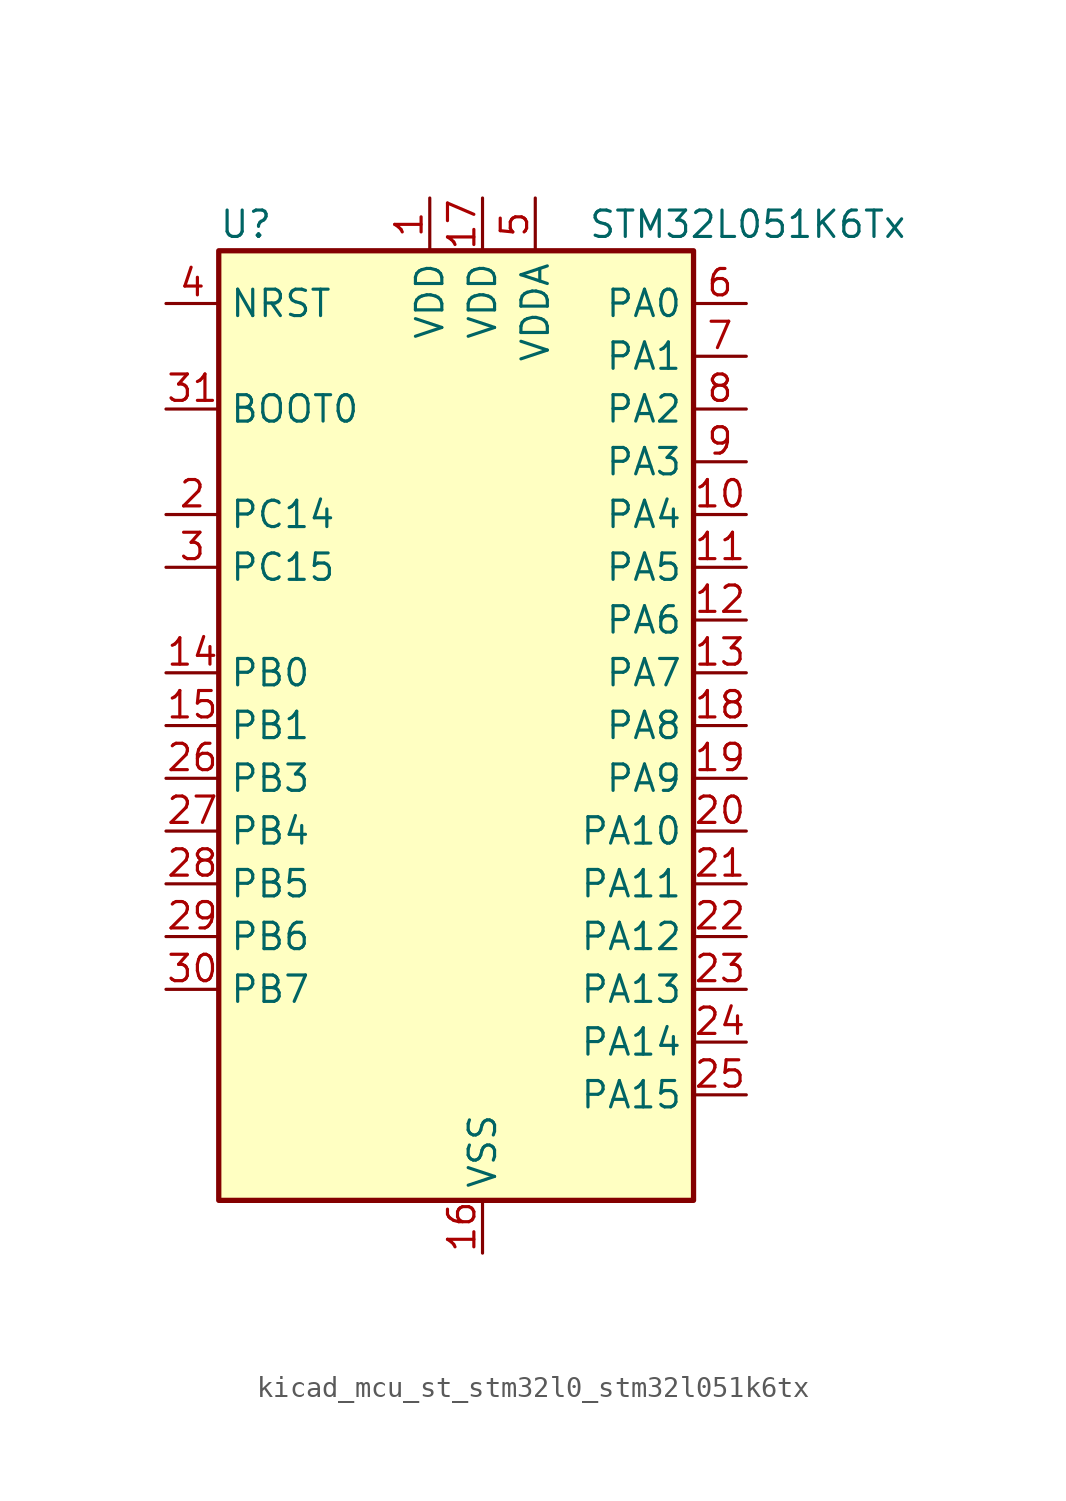
<source format=kicad_sym>
(kicad_symbol_lib
  (version 20220914)
  (generator kicad_symbol_editor)
  (symbol "kicad_mcu_st_stm32l0_stm32l051k6tx"
    (property "Reference" "U"
      (at -10.16 24.13 0)
      (effects (font (size 1.27 1.27)) (justify left)))
    (property "Value" "STM32L051K6Tx"
      (at 7.62 24.13 0)
      (effects (font (size 1.27 1.27)) (justify left)))
    (property "ki_locked" ""
      (at 0 0 0)
      (effects (font (size 1.27 1.27))))
    (symbol "kicad_mcu_st_stm32l0_stm32l051k6tx_0_1"
      (rectangle (start -10.16 -22.86) (end 12.7 22.86) (stroke (width 0.254) (type default)) (fill (type background))))
    (symbol "kicad_mcu_st_stm32l0_stm32l051k6tx_1_1"
      (pin power_in line (at 0 25.4 270) (length 2.54) (name "VDD" (effects (font (size 1.27 1.27)))) (number "1" (effects (font (size 1.27 1.27)))))
      (pin bidirectional line (at 15.24 10.16 180) (length 2.54) (name "PA4" (effects (font (size 1.27 1.27)))) (number "10" (effects (font (size 1.27 1.27)))) (alternate "ADC_IN4" bidirectional line) (alternate "COMP1_INM" bidirectional line) (alternate "COMP2_INM" bidirectional line) (alternate "SPI1_NSS" bidirectional line) (alternate "TIM22_ETR" bidirectional line) (alternate "USART2_CK" bidirectional line))
      (pin bidirectional line (at 15.24 7.62 180) (length 2.54) (name "PA5" (effects (font (size 1.27 1.27)))) (number "11" (effects (font (size 1.27 1.27)))) (alternate "ADC_IN5" bidirectional line) (alternate "COMP1_INM" bidirectional line) (alternate "COMP2_INM" bidirectional line) (alternate "SPI1_SCK" bidirectional line) (alternate "TIM2_CH1" bidirectional line) (alternate "TIM2_ETR" bidirectional line))
      (pin bidirectional line (at 15.24 5.08 180) (length 2.54) (name "PA6" (effects (font (size 1.27 1.27)))) (number "12" (effects (font (size 1.27 1.27)))) (alternate "ADC_IN6" bidirectional line) (alternate "COMP1_OUT" bidirectional line) (alternate "SPI1_MISO" bidirectional line) (alternate "TIM22_CH1" bidirectional line))
      (pin bidirectional line (at 15.24 2.54 180) (length 2.54) (name "PA7" (effects (font (size 1.27 1.27)))) (number "13" (effects (font (size 1.27 1.27)))) (alternate "ADC_IN7" bidirectional line) (alternate "COMP2_OUT" bidirectional line) (alternate "SPI1_MOSI" bidirectional line) (alternate "TIM22_CH2" bidirectional line))
      (pin bidirectional line (at -12.7 2.54 0) (length 2.54) (name "PB0" (effects (font (size 1.27 1.27)))) (number "14" (effects (font (size 1.27 1.27)))) (alternate "ADC_IN8" bidirectional line) (alternate "SYS_VREF_OUT_PB0" bidirectional line))
      (pin bidirectional line (at -12.7 0 0) (length 2.54) (name "PB1" (effects (font (size 1.27 1.27)))) (number "15" (effects (font (size 1.27 1.27)))) (alternate "ADC_IN9" bidirectional line) (alternate "SYS_VREF_OUT_PB1" bidirectional line))
      (pin power_in line (at 2.54 -25.4 90) (length 2.54) (name "VSS" (effects (font (size 1.27 1.27)))) (number "16" (effects (font (size 1.27 1.27)))))
      (pin power_in line (at 2.54 25.4 270) (length 2.54) (name "VDD" (effects (font (size 1.27 1.27)))) (number "17" (effects (font (size 1.27 1.27)))))
      (pin bidirectional line (at 15.24 0 180) (length 2.54) (name "PA8" (effects (font (size 1.27 1.27)))) (number "18" (effects (font (size 1.27 1.27)))) (alternate "RCC_MCO" bidirectional line) (alternate "USART1_CK" bidirectional line))
      (pin bidirectional line (at 15.24 -2.54 180) (length 2.54) (name "PA9" (effects (font (size 1.27 1.27)))) (number "19" (effects (font (size 1.27 1.27)))) (alternate "RCC_MCO" bidirectional line) (alternate "USART1_TX" bidirectional line))
      (pin bidirectional line (at -12.7 10.16 0) (length 2.54) (name "PC14" (effects (font (size 1.27 1.27)))) (number "2" (effects (font (size 1.27 1.27)))) (alternate "RCC_OSC32_IN" bidirectional line))
      (pin bidirectional line (at 15.24 -5.08 180) (length 2.54) (name "PA10" (effects (font (size 1.27 1.27)))) (number "20" (effects (font (size 1.27 1.27)))) (alternate "USART1_RX" bidirectional line))
      (pin bidirectional line (at 15.24 -7.62 180) (length 2.54) (name "PA11" (effects (font (size 1.27 1.27)))) (number "21" (effects (font (size 1.27 1.27)))) (alternate "ADC_EXTI11" bidirectional line) (alternate "COMP1_OUT" bidirectional line) (alternate "SPI1_MISO" bidirectional line) (alternate "USART1_CTS" bidirectional line))
      (pin bidirectional line (at 15.24 -10.16 180) (length 2.54) (name "PA12" (effects (font (size 1.27 1.27)))) (number "22" (effects (font (size 1.27 1.27)))) (alternate "COMP2_OUT" bidirectional line) (alternate "SPI1_MOSI" bidirectional line) (alternate "USART1_DE" bidirectional line) (alternate "USART1_RTS" bidirectional line))
      (pin bidirectional line (at 15.24 -12.7 180) (length 2.54) (name "PA13" (effects (font (size 1.27 1.27)))) (number "23" (effects (font (size 1.27 1.27)))) (alternate "SYS_SWDIO" bidirectional line))
      (pin bidirectional line (at 15.24 -15.24 180) (length 2.54) (name "PA14" (effects (font (size 1.27 1.27)))) (number "24" (effects (font (size 1.27 1.27)))) (alternate "SYS_SWCLK" bidirectional line) (alternate "USART2_TX" bidirectional line))
      (pin bidirectional line (at 15.24 -17.78 180) (length 2.54) (name "PA15" (effects (font (size 1.27 1.27)))) (number "25" (effects (font (size 1.27 1.27)))) (alternate "SPI1_NSS" bidirectional line) (alternate "TIM2_CH1" bidirectional line) (alternate "TIM2_ETR" bidirectional line) (alternate "USART2_RX" bidirectional line))
      (pin bidirectional line (at -12.7 -2.54 0) (length 2.54) (name "PB3" (effects (font (size 1.27 1.27)))) (number "26" (effects (font (size 1.27 1.27)))) (alternate "COMP2_INM" bidirectional line) (alternate "SPI1_SCK" bidirectional line) (alternate "TIM2_CH2" bidirectional line))
      (pin bidirectional line (at -12.7 -5.08 0) (length 2.54) (name "PB4" (effects (font (size 1.27 1.27)))) (number "27" (effects (font (size 1.27 1.27)))) (alternate "COMP2_INP" bidirectional line) (alternate "SPI1_MISO" bidirectional line) (alternate "TIM22_CH1" bidirectional line))
      (pin bidirectional line (at -12.7 -7.62 0) (length 2.54) (name "PB5" (effects (font (size 1.27 1.27)))) (number "28" (effects (font (size 1.27 1.27)))) (alternate "COMP2_INP" bidirectional line) (alternate "I2C1_SMBA" bidirectional line) (alternate "LPTIM1_IN1" bidirectional line) (alternate "SPI1_MOSI" bidirectional line) (alternate "TIM22_CH2" bidirectional line))
      (pin bidirectional line (at -12.7 -10.16 0) (length 2.54) (name "PB6" (effects (font (size 1.27 1.27)))) (number "29" (effects (font (size 1.27 1.27)))) (alternate "COMP2_INP" bidirectional line) (alternate "I2C1_SCL" bidirectional line) (alternate "LPTIM1_ETR" bidirectional line) (alternate "USART1_TX" bidirectional line))
      (pin bidirectional line (at -12.7 7.62 0) (length 2.54) (name "PC15" (effects (font (size 1.27 1.27)))) (number "3" (effects (font (size 1.27 1.27)))) (alternate "RCC_OSC32_OUT" bidirectional line))
      (pin bidirectional line (at -12.7 -12.7 0) (length 2.54) (name "PB7" (effects (font (size 1.27 1.27)))) (number "30" (effects (font (size 1.27 1.27)))) (alternate "COMP2_INP" bidirectional line) (alternate "I2C1_SDA" bidirectional line) (alternate "LPTIM1_IN2" bidirectional line) (alternate "SYS_PVD_IN" bidirectional line) (alternate "USART1_RX" bidirectional line))
      (pin input line (at -12.7 15.24 0) (length 2.54) (name "BOOT0" (effects (font (size 1.27 1.27)))) (number "31" (effects (font (size 1.27 1.27)))))
      (pin passive line (at 2.54 -25.4 90) (length 2.54) hide (name "VSS" (effects (font (size 1.27 1.27)))) (number "32" (effects (font (size 1.27 1.27)))))
      (pin input line (at -12.7 20.32 0) (length 2.54) (name "NRST" (effects (font (size 1.27 1.27)))) (number "4" (effects (font (size 1.27 1.27)))))
      (pin power_in line (at 5.08 25.4 270) (length 2.54) (name "VDDA" (effects (font (size 1.27 1.27)))) (number "5" (effects (font (size 1.27 1.27)))))
      (pin bidirectional line (at 15.24 20.32 180) (length 2.54) (name "PA0" (effects (font (size 1.27 1.27)))) (number "6" (effects (font (size 1.27 1.27)))) (alternate "ADC_IN0" bidirectional line) (alternate "COMP1_INM" bidirectional line) (alternate "COMP1_OUT" bidirectional line) (alternate "RTC_TAMP2" bidirectional line) (alternate "SYS_WKUP1" bidirectional line) (alternate "TIM2_CH1" bidirectional line) (alternate "TIM2_ETR" bidirectional line) (alternate "USART2_CTS" bidirectional line))
      (pin bidirectional line (at 15.24 17.78 180) (length 2.54) (name "PA1" (effects (font (size 1.27 1.27)))) (number "7" (effects (font (size 1.27 1.27)))) (alternate "ADC_IN1" bidirectional line) (alternate "COMP1_INP" bidirectional line) (alternate "TIM21_ETR" bidirectional line) (alternate "TIM2_CH2" bidirectional line) (alternate "USART2_DE" bidirectional line) (alternate "USART2_RTS" bidirectional line))
      (pin bidirectional line (at 15.24 15.24 180) (length 2.54) (name "PA2" (effects (font (size 1.27 1.27)))) (number "8" (effects (font (size 1.27 1.27)))) (alternate "ADC_IN2" bidirectional line) (alternate "COMP2_INM" bidirectional line) (alternate "COMP2_OUT" bidirectional line) (alternate "TIM21_CH1" bidirectional line) (alternate "TIM2_CH3" bidirectional line) (alternate "USART2_TX" bidirectional line))
      (pin bidirectional line (at 15.24 12.7 180) (length 2.54) (name "PA3" (effects (font (size 1.27 1.27)))) (number "9" (effects (font (size 1.27 1.27)))) (alternate "ADC_IN3" bidirectional line) (alternate "COMP2_INP" bidirectional line) (alternate "TIM21_CH2" bidirectional line) (alternate "TIM2_CH4" bidirectional line) (alternate "USART2_RX" bidirectional line)))))
</source>
